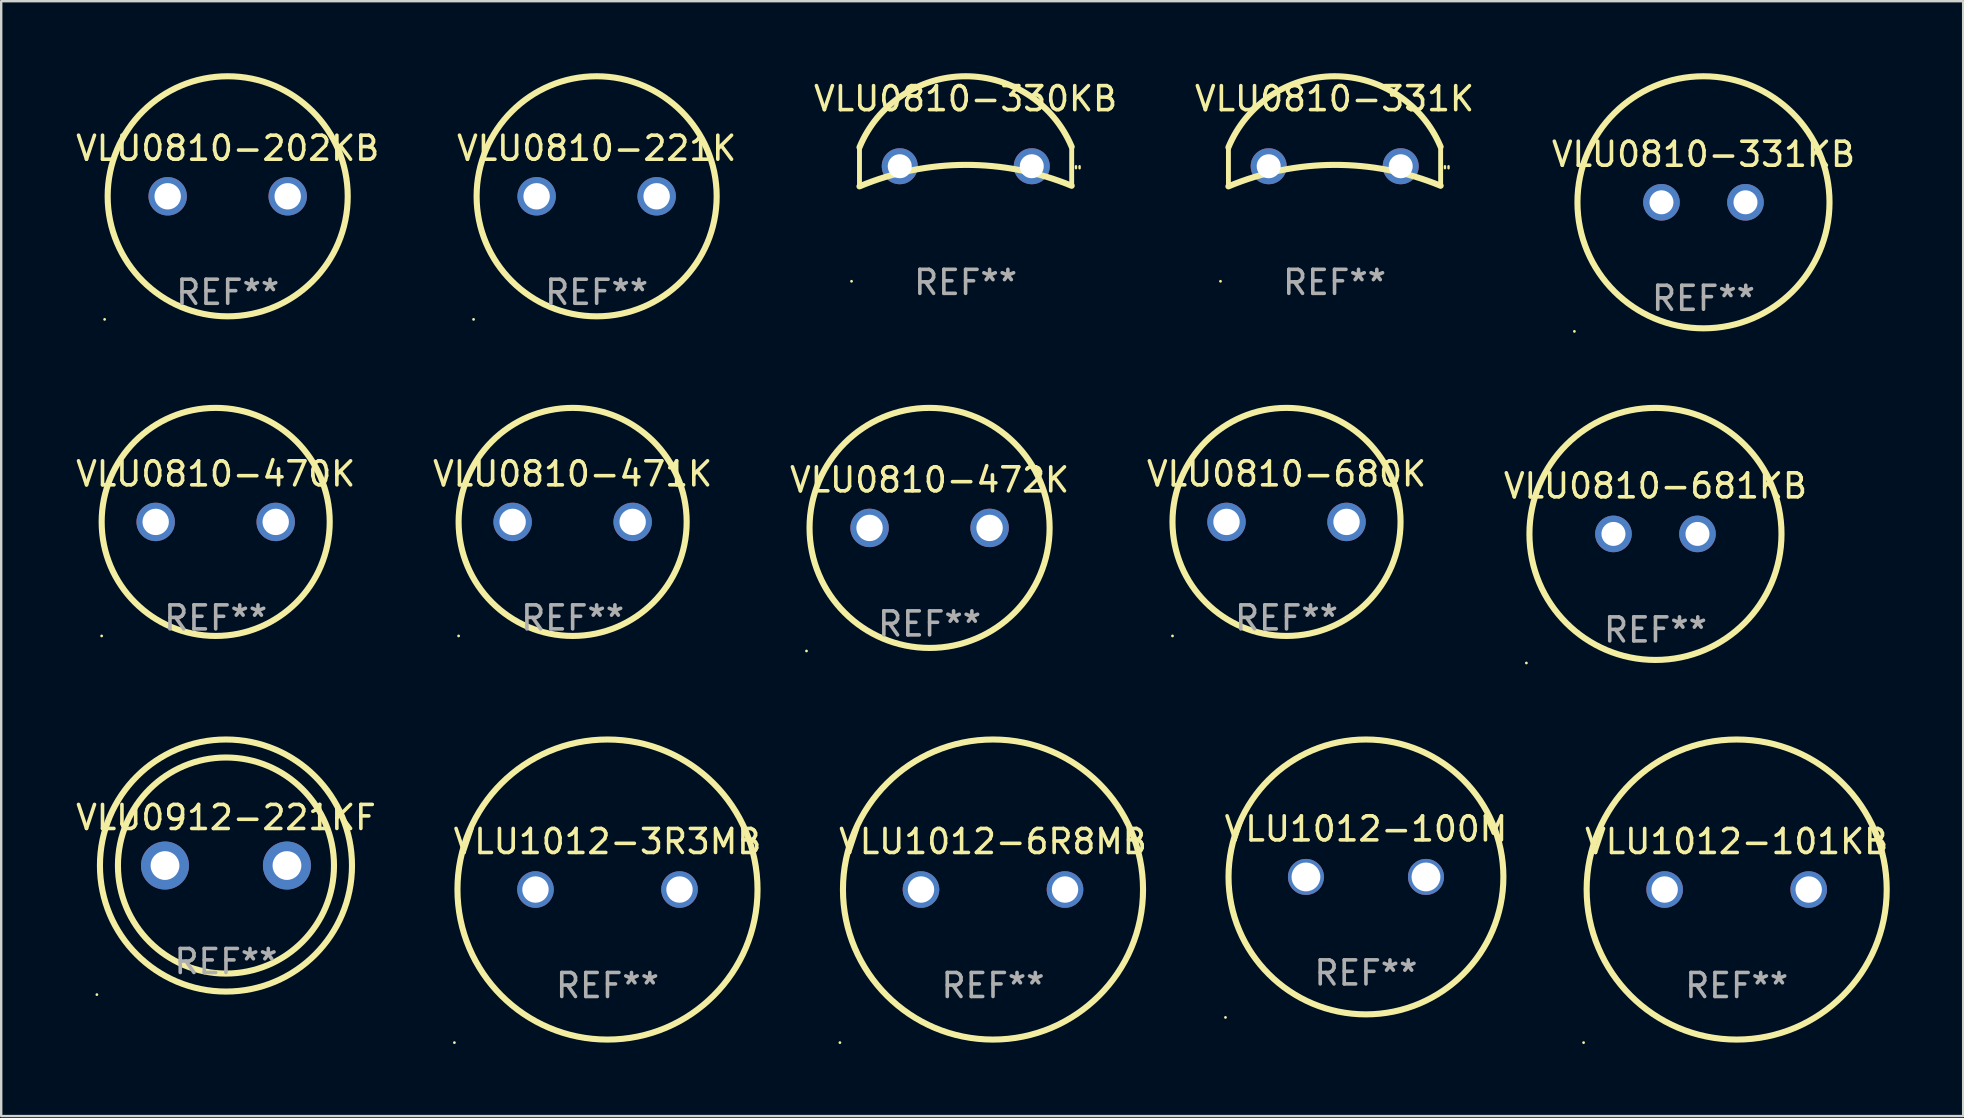
<source format=kicad_pcb>
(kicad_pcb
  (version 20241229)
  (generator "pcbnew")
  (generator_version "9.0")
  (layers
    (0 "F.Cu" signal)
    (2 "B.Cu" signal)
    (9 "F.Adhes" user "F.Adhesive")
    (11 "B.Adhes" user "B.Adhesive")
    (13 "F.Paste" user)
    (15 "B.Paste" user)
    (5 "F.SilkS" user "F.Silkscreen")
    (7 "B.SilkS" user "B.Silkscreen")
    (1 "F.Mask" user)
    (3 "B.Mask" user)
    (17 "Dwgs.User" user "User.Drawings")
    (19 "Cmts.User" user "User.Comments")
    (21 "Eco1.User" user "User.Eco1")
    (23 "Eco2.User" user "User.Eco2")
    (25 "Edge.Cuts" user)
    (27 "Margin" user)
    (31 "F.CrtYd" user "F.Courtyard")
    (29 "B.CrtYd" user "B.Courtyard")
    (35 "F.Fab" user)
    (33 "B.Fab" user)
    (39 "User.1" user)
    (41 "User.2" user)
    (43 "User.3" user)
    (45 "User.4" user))
  (footprint "VLU1012-6R8MB"
    (layer "F.Cu")
    (at 38.315 34.005)
    (property "Reference" "VLU1012-6R8MB" (at 0 -2 0) (layer "F.SilkS") (effects (font (size 1 1) (thickness 0.15))))
    (attr through_hole)
    (fp_circle (center -6.377 6.377) (end -6.347 6.377) (stroke (width 0.06) (type solid)) (fill no) (layer "F.SilkS"))
    (fp_circle (center 0 0) (end 6.25 0) (stroke (width 0.254) (type solid)) (fill no) (layer "F.SilkS"))
    (fp_text user "REF**" (at 0 4 0) (layer "F.Fab") (effects (font (size 1 1) (thickness 0.15))))
    (pad "1" thru_hole circle (at -3 0) (size 1.524 1.524) (drill 1.1) (layers "*.Cu" "*.Mask"))
    (pad "2" thru_hole circle (at 3 0) (size 1.524 1.524) (drill 1.1) (layers "*.Cu" "*.Mask")))
  (footprint "VLU0810-330KB"
    (layer "F.Cu")
    (at 37.173 3.888)
    (property "Reference" "VLU0810-330KB" (at 0 -2.826 0) (layer "F.SilkS") (effects (font (size 1 1) (thickness 0.15))))
    (attr through_hole)
    (fp_line (start -4.42 0.826) (end -4.42 -0.8) (stroke (width 0.203) (type solid)) (layer "F.SilkS"))
    (fp_line (start 4.42 0.8) (end 4.42 -0.826) (stroke (width 0.203) (type solid)) (layer "F.SilkS"))
    (fp_arc (start -4.420422 -0.800101) (mid -0.009286 -3.761299) (end 4.418796 -0.825502) (stroke (width 0.254001) (type solid)) (layer "F.SilkS"))
    (fp_arc (start -4.420422 0.825502) (mid -0.003349 -0.069614) (end 4.418795 0.800101) (stroke (width 0.254001) (type solid)) (layer "F.SilkS"))
    (fp_arc (start 4.599136 0.06858) (mid 4.598958 0.02794) (end 4.599136 -0.0127) (stroke (width 0.1) (type solid)) (layer "F.SilkS"))
    (fp_arc (start 4.748997 0.07112) (mid 4.748814 0.02921) (end 4.748997 -0.0127) (stroke (width 0.1) (type solid)) (layer "F.SilkS"))
    (fp_circle (center -4.751 4.779) (end -4.721 4.779) (stroke (width 0.06) (type solid)) (fill no) (layer "F.SilkS"))
    (fp_text user "REF**" (at 0 4.826 0) (layer "F.Fab") (effects (font (size 1 1) (thickness 0.15))))
    (pad "1" thru_hole circle (at -2.743 -0.013) (size 1.5 1.5) (drill 1) (layers "*.Cu" "*.Mask"))
    (pad "2" thru_hole circle (at 2.757 -0.013) (size 1.5 1.5) (drill 1) (layers "*.Cu" "*.Mask")))
  (footprint "VLU0810-471K"
    (layer "F.Cu")
    (at 20.804 18.691)
    (property "Reference" "VLU0810-471K" (at 0 -2 0) (layer "F.SilkS") (effects (font (size 1 1) (thickness 0.15))))
    (attr through_hole)
    (fp_circle (center -4.75 4.75) (end -4.72 4.75) (stroke (width 0.06) (type solid)) (fill no) (layer "F.SilkS"))
    (fp_circle (center -0.000127 0) (end 4.75 0) (stroke (width 0.254) (type solid)) (fill no) (layer "F.SilkS"))
    (fp_text user "REF**" (at 0 4 0) (layer "F.Fab") (effects (font (size 1 1) (thickness 0.15))))
    (pad "1" thru_hole circle (at -2.5 0) (size 1.6 1.6) (drill 1.1) (layers "*.Cu" "*.Mask"))
    (pad "2" thru_hole circle (at 2.5 0) (size 1.6 1.6) (drill 1.1) (layers "*.Cu" "*.Mask")))
  (footprint "VLU1012-3R3MB"
    (layer "F.Cu")
    (at 22.256 34.005)
    (property "Reference" "VLU1012-3R3MB" (at 0 -2 0) (layer "F.SilkS") (effects (font (size 1 1) (thickness 0.15))))
    (attr through_hole)
    (fp_circle (center -6.377 6.377) (end -6.347 6.377) (stroke (width 0.06) (type solid)) (fill no) (layer "F.SilkS"))
    (fp_circle (center 0 0) (end 6.25 0) (stroke (width 0.254) (type solid)) (fill no) (layer "F.SilkS"))
    (fp_text user "REF**" (at 0 4 0) (layer "F.Fab") (effects (font (size 1 1) (thickness 0.15))))
    (pad "1" thru_hole circle (at -3 0) (size 1.524 1.524) (drill 1.1) (layers "*.Cu" "*.Mask"))
    (pad "2" thru_hole circle (at 3 0) (size 1.524 1.524) (drill 1.1) (layers "*.Cu" "*.Mask")))
  (footprint "VLU0810-221K"
    (layer "F.Cu")
    (at 21.804 5.127)
    (property "Reference" "VLU0810-221K" (at 0 -2 0) (layer "F.SilkS") (effects (font (size 1 1) (thickness 0.15))))
    (attr through_hole)
    (fp_circle (center -5.127 5.127) (end -5.097 5.127) (stroke (width 0.06) (type solid)) (fill no) (layer "F.SilkS"))
    (fp_circle (center -0.000127 0) (end 5 0) (stroke (width 0.254) (type solid)) (fill no) (layer "F.SilkS"))
    (fp_text user "REF**" (at 0 4 0) (layer "F.Fab") (effects (font (size 1 1) (thickness 0.15))))
    (pad "1" thru_hole circle (at -2.5 0) (size 1.6 1.6) (drill 1.1) (layers "*.Cu" "*.Mask"))
    (pad "2" thru_hole circle (at 2.5 0) (size 1.6 1.6) (drill 1.1) (layers "*.Cu" "*.Mask")))
  (footprint "VLU1012-101KB"
    (layer "F.Cu")
    (at 69.294 34.005)
    (property "Reference" "VLU1012-101KB" (at 0 -2 0) (layer "F.SilkS") (effects (font (size 1 1) (thickness 0.15))))
    (attr through_hole)
    (fp_circle (center -6.377 6.377) (end -6.347 6.377) (stroke (width 0.06) (type solid)) (fill no) (layer "F.SilkS"))
    (fp_circle (center 0 0) (end 6.25 0) (stroke (width 0.254) (type solid)) (fill no) (layer "F.SilkS"))
    (fp_text user "REF**" (at 0 4 0) (layer "F.Fab") (effects (font (size 1 1) (thickness 0.15))))
    (pad "1" thru_hole circle (at -3 0) (size 1.524 1.524) (drill 1.1) (layers "*.Cu" "*.Mask"))
    (pad "2" thru_hole circle (at 3 0) (size 1.524 1.524) (drill 1.1) (layers "*.Cu" "*.Mask")))
  (footprint "VLU0810-331KB"
    (layer "F.Cu")
    (at 67.911 5.377)
    (property "Reference" "VLU0810-331KB" (at 0 -2 0) (layer "F.SilkS") (effects (font (size 1 1) (thickness 0.15))))
    (attr through_hole)
    (fp_circle (center -5.377 5.377) (end -5.347 5.377) (stroke (width 0.06) (type solid)) (fill no) (layer "F.SilkS"))
    (fp_circle (center 0 0) (end 5.25 0) (stroke (width 0.254) (type solid)) (fill no) (layer "F.SilkS"))
    (fp_text user "REF**" (at 0 4 0) (layer "F.Fab") (effects (font (size 1 1) (thickness 0.15))))
    (pad "1" thru_hole circle (at -1.75 0) (size 1.524 1.524) (drill 1) (layers "*.Cu" "*.Mask"))
    (pad "2" thru_hole circle (at 1.75 0) (size 1.524 1.524) (drill 1) (layers "*.Cu" "*.Mask")))
  (footprint "VLU0810-472K"
    (layer "F.Cu")
    (at 35.673 18.941)
    (property "Reference" "VLU0810-472K" (at 0 -2 0) (layer "F.SilkS") (effects (font (size 1 1) (thickness 0.15))))
    (attr through_hole)
    (fp_circle (center -5.127 5.127) (end -5.097 5.127) (stroke (width 0.06) (type solid)) (fill no) (layer "F.SilkS"))
    (fp_circle (center -0.000127 0) (end 5 0) (stroke (width 0.254) (type solid)) (fill no) (layer "F.SilkS"))
    (fp_text user "REF**" (at 0 4 0) (layer "F.Fab") (effects (font (size 1 1) (thickness 0.15))))
    (pad "1" thru_hole circle (at -2.5 0) (size 1.6 1.6) (drill 1.1) (layers "*.Cu" "*.Mask"))
    (pad "2" thru_hole circle (at 2.5 0) (size 1.6 1.6) (drill 1.1) (layers "*.Cu" "*.Mask")))
  (footprint "VLU0810-202KB"
    (layer "F.Cu")
    (at 6.435 5.127)
    (property "Reference" "VLU0810-202KB" (at 0 -2 0) (layer "F.SilkS") (effects (font (size 1 1) (thickness 0.15))))
    (attr through_hole)
    (fp_circle (center -5.127 5.127) (end -5.097 5.127) (stroke (width 0.06) (type solid)) (fill no) (layer "F.SilkS"))
    (fp_circle (center -0.000127 0) (end 5 0) (stroke (width 0.254) (type solid)) (fill no) (layer "F.SilkS"))
    (fp_text user "REF**" (at 0 4 0) (layer "F.Fab") (effects (font (size 1 1) (thickness 0.15))))
    (pad "1" thru_hole circle (at -2.5 0) (size 1.6 1.6) (drill 1.1) (layers "*.Cu" "*.Mask"))
    (pad "2" thru_hole circle (at 2.5 0) (size 1.6 1.6) (drill 1.1) (layers "*.Cu" "*.Mask")))
  (footprint "VLU0810-680K"
    (layer "F.Cu")
    (at 50.542 18.691)
    (property "Reference" "VLU0810-680K" (at 0 -2 0) (layer "F.SilkS") (effects (font (size 1 1) (thickness 0.15))))
    (attr through_hole)
    (fp_circle (center -4.75 4.75) (end -4.72 4.75) (stroke (width 0.06) (type solid)) (fill no) (layer "F.SilkS"))
    (fp_circle (center -0.000127 0) (end 4.75 0) (stroke (width 0.254) (type solid)) (fill no) (layer "F.SilkS"))
    (fp_text user "REF**" (at 0 4 0) (layer "F.Fab") (effects (font (size 1 1) (thickness 0.15))))
    (pad "1" thru_hole circle (at -2.5 0) (size 1.6 1.6) (drill 1.1) (layers "*.Cu" "*.Mask"))
    (pad "2" thru_hole circle (at 2.5 0) (size 1.6 1.6) (drill 1.1) (layers "*.Cu" "*.Mask")))
  (footprint "VLU0810-470K"
    (layer "F.Cu")
    (at 5.935 18.691)
    (property "Reference" "VLU0810-470K" (at 0 -2 0) (layer "F.SilkS") (effects (font (size 1 1) (thickness 0.15))))
    (attr through_hole)
    (fp_circle (center -4.75 4.75) (end -4.72 4.75) (stroke (width 0.06) (type solid)) (fill no) (layer "F.SilkS"))
    (fp_circle (center -0.000127 0) (end 4.75 0) (stroke (width 0.254) (type solid)) (fill no) (layer "F.SilkS"))
    (fp_text user "REF**" (at 0 4 0) (layer "F.Fab") (effects (font (size 1 1) (thickness 0.15))))
    (pad "1" thru_hole circle (at -2.5 0) (size 1.6 1.6) (drill 1.1) (layers "*.Cu" "*.Mask"))
    (pad "2" thru_hole circle (at 2.5 0) (size 1.6 1.6) (drill 1.1) (layers "*.Cu" "*.Mask")))
  (footprint "VLU0912-221KF"
    (layer "F.Cu")
    (at 6.363 33.005)
    (property "Reference" "VLU0912-221KF" (at 0 -2 0) (layer "F.SilkS") (effects (font (size 1 1) (thickness 0.15))))
    (attr through_hole)
    (fp_circle (center -5.377 5.377) (end -5.347 5.377) (stroke (width 0.06) (type solid)) (fill no) (layer "F.SilkS"))
    (fp_circle (center 0 0) (end 4.5 0) (stroke (width 0.254) (type solid)) (fill no) (layer "F.SilkS"))
    (fp_circle (center 0 0) (end 5.25 0) (stroke (width 0.254) (type solid)) (fill no) (layer "F.SilkS"))
    (fp_text user "REF**" (at 0 4 0) (layer "F.Fab") (effects (font (size 1 1) (thickness 0.15))))
    (pad "1" thru_hole circle (at -2.54 0) (size 2 2) (drill 1.2) (layers "*.Cu" "*.Mask"))
    (pad "2" thru_hole circle (at 2.54 0) (size 2 2) (drill 1.2) (layers "*.Cu" "*.Mask")))
  (footprint "VLU0810-331K"
    (layer "F.Cu")
    (at 52.542 3.888)
    (property "Reference" "VLU0810-331K" (at 0 -2.826 0) (layer "F.SilkS") (effects (font (size 1 1) (thickness 0.15))))
    (attr through_hole)
    (fp_line (start -4.42 0.826) (end -4.42 -0.8) (stroke (width 0.203) (type solid)) (layer "F.SilkS"))
    (fp_line (start 4.42 0.8) (end 4.42 -0.826) (stroke (width 0.203) (type solid)) (layer "F.SilkS"))
    (fp_arc (start -4.420422 -0.800101) (mid -0.009286 -3.761299) (end 4.418796 -0.825502) (stroke (width 0.254001) (type solid)) (layer "F.SilkS"))
    (fp_arc (start -4.420422 0.825502) (mid -0.003349 -0.069614) (end 4.418795 0.800101) (stroke (width 0.254001) (type solid)) (layer "F.SilkS"))
    (fp_arc (start 4.599136 0.06858) (mid 4.598958 0.02794) (end 4.599136 -0.0127) (stroke (width 0.1) (type solid)) (layer "F.SilkS"))
    (fp_arc (start 4.748997 0.07112) (mid 4.748814 0.02921) (end 4.748997 -0.0127) (stroke (width 0.1) (type solid)) (layer "F.SilkS"))
    (fp_circle (center -4.751 4.779) (end -4.721 4.779) (stroke (width 0.06) (type solid)) (fill no) (layer "F.SilkS"))
    (fp_text user "REF**" (at 0 4.826 0) (layer "F.Fab") (effects (font (size 1 1) (thickness 0.15))))
    (pad "1" thru_hole circle (at -2.743 -0.013) (size 1.5 1.5) (drill 1) (layers "*.Cu" "*.Mask"))
    (pad "2" thru_hole circle (at 2.757 -0.013) (size 1.5 1.5) (drill 1) (layers "*.Cu" "*.Mask")))
  (footprint "VLU0810-681KB"
    (layer "F.Cu")
    (at 65.911 19.191)
    (property "Reference" "VLU0810-681KB" (at 0 -2 0) (layer "F.SilkS") (effects (font (size 1 1) (thickness 0.15))))
    (attr through_hole)
    (fp_circle (center -5.377 5.377) (end -5.347 5.377) (stroke (width 0.06) (type solid)) (fill no) (layer "F.SilkS"))
    (fp_circle (center 0 0) (end 5.25 0) (stroke (width 0.254) (type solid)) (fill no) (layer "F.SilkS"))
    (fp_text user "REF**" (at 0 4 0) (layer "F.Fab") (effects (font (size 1 1) (thickness 0.15))))
    (pad "1" thru_hole circle (at -1.75 0) (size 1.524 1.524) (drill 1) (layers "*.Cu" "*.Mask"))
    (pad "2" thru_hole circle (at 1.75 0) (size 1.524 1.524) (drill 1) (layers "*.Cu" "*.Mask")))
  (footprint "VLU1012-100M"
    (layer "F.Cu")
    (at 53.851 33.48)
    (property "Reference" "VLU1012-100M" (at 0 -2 0) (layer "F.SilkS") (effects (font (size 1 1) (thickness 0.15))))
    (attr through_hole)
    (fp_circle (center -5.852 5.852) (end -5.822 5.852) (stroke (width 0.06) (type solid)) (fill no) (layer "F.SilkS"))
    (fp_circle (center 0 0) (end 5.725 0) (stroke (width 0.254) (type solid)) (fill no) (layer "F.SilkS"))
    (fp_text user "REF**" (at 0 4 0) (layer "F.Fab") (effects (font (size 1 1) (thickness 0.15))))
    (pad "1" thru_hole circle (at -2.5 0) (size 1.5 1.5) (drill 1.2) (layers "*.Cu" "*.Mask"))
    (pad "2" thru_hole circle (at 2.5 0) (size 1.5 1.5) (drill 1.2) (layers "*.Cu" "*.Mask")))
  (gr_rect
    (start -3 -3)
    (end 78.729 43.442)
    (stroke (width 0.1) (type default))
    (fill no)
    (layer "Edge.Cuts")))
</source>
